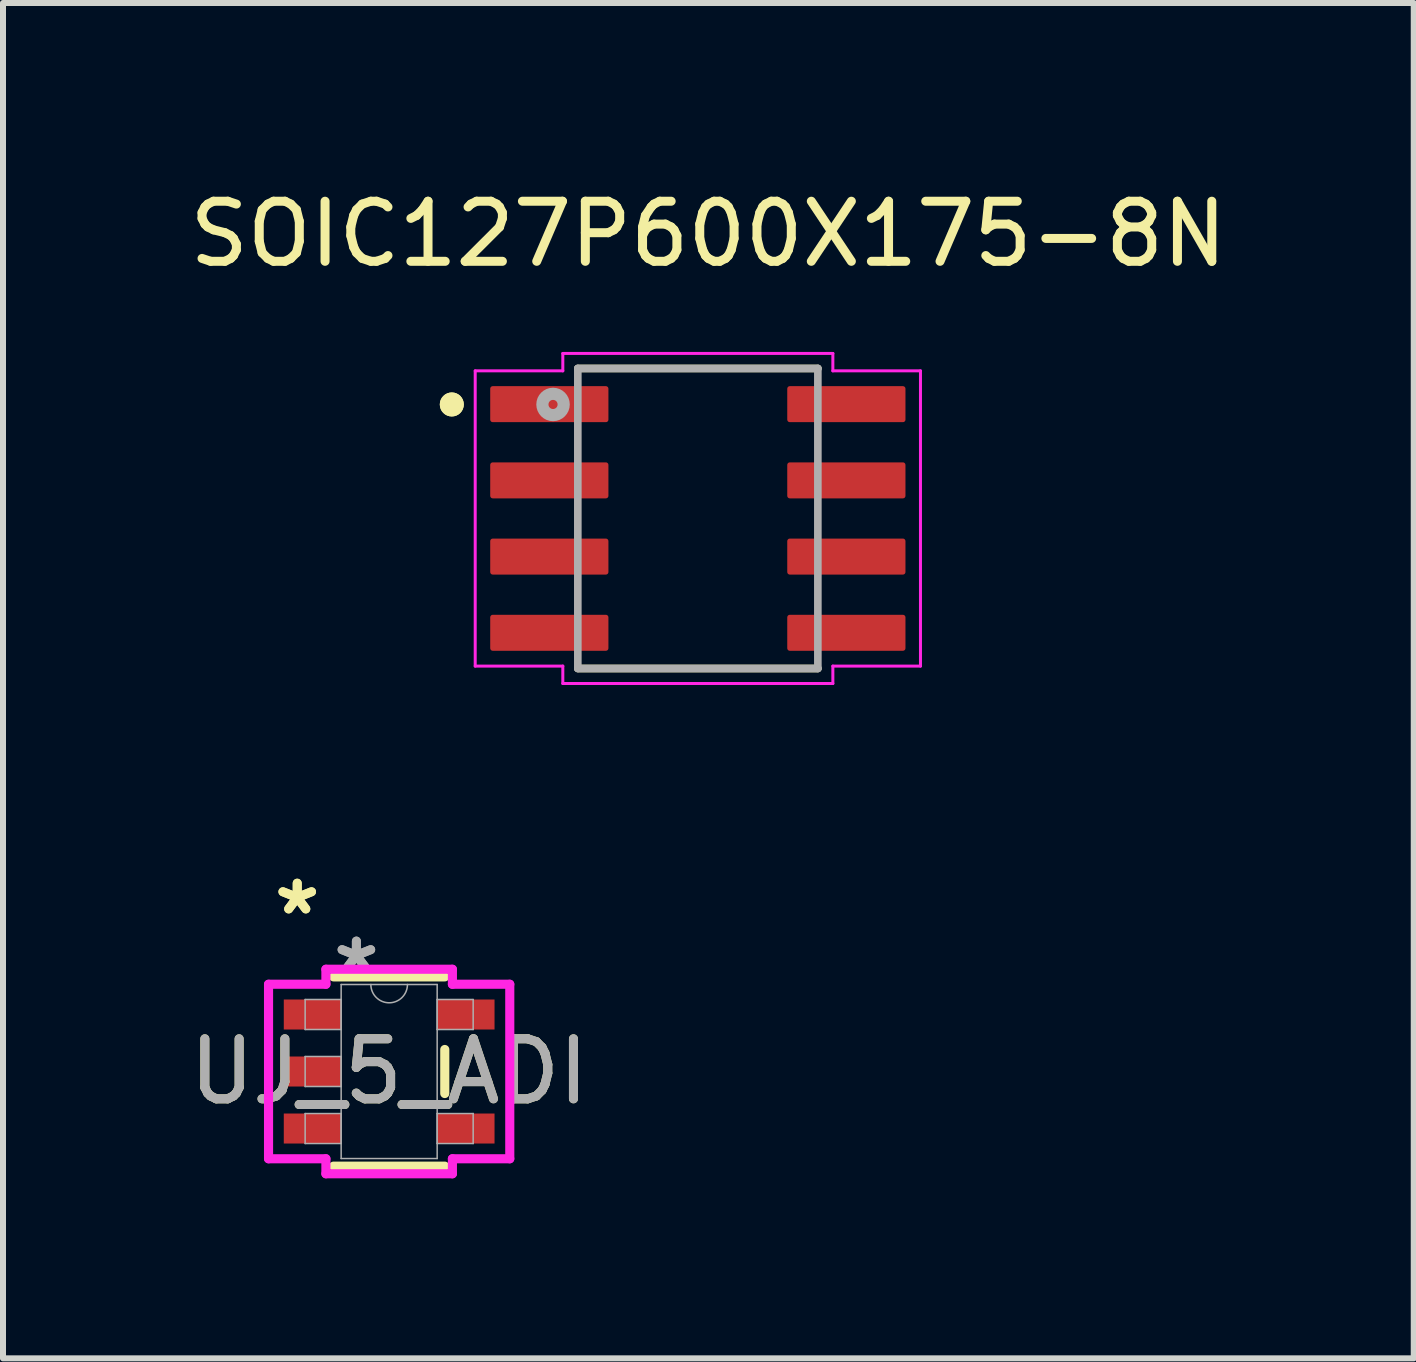
<source format=kicad_pcb>
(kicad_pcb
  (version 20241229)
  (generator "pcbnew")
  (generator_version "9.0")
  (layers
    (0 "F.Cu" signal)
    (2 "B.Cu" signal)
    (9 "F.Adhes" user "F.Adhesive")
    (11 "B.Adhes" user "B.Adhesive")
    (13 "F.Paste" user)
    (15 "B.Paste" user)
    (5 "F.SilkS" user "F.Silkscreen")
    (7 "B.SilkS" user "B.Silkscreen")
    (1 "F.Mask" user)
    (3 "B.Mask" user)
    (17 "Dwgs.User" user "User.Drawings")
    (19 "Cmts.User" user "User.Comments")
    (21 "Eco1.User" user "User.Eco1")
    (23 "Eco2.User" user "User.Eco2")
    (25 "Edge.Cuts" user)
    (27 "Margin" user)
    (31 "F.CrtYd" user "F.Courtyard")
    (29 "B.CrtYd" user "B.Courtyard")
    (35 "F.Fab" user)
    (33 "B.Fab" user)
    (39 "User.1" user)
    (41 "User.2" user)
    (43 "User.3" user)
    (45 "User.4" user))
  (footprint "SOIC127P600X175-8N"
    (layer "F.Cu")
    (at 8.579 5.59)
    (property "Reference" "SOIC127P600X175-8N" (at 0.175 -4.741 0) (layer "F.SilkS") (effects (font (size 1.001 1.001) (thickness 0.15))))
    (attr smd)
    (fp_line (start -2 2.5) (end 2 2.5) (stroke (width 0.127) (type solid)) (layer "F.SilkS"))
    (fp_line (start 2 -2.5) (end -2 -2.5) (stroke (width 0.127) (type solid)) (layer "F.SilkS"))
    (fp_circle (center -4.1 -1.9) (end -4 -1.9) (stroke (width 0.2) (type solid)) (fill no) (layer "F.SilkS"))
    (fp_circle (center -4.1 -1.9) (end -4 -1.9) (stroke (width 0.2) (type solid)) (fill no) (layer "F.SilkS"))
    (fp_line (start -3.71 -2.46) (end -2.25 -2.46) (stroke (width 0.05) (type solid)) (layer "F.CrtYd"))
    (fp_line (start -3.71 2.46) (end -3.71 -2.46) (stroke (width 0.05) (type solid)) (layer "F.CrtYd"))
    (fp_line (start -2.25 -2.75) (end 2.25 -2.75) (stroke (width 0.05) (type solid)) (layer "F.CrtYd"))
    (fp_line (start -2.25 -2.46) (end -2.25 -2.75) (stroke (width 0.05) (type solid)) (layer "F.CrtYd"))
    (fp_line (start -2.25 2.46) (end -3.71 2.46) (stroke (width 0.05) (type solid)) (layer "F.CrtYd"))
    (fp_line (start -2.25 2.75) (end -2.25 2.46) (stroke (width 0.05) (type solid)) (layer "F.CrtYd"))
    (fp_line (start 2.25 -2.75) (end 2.25 -2.46) (stroke (width 0.05) (type solid)) (layer "F.CrtYd"))
    (fp_line (start 2.25 -2.46) (end 3.71 -2.46) (stroke (width 0.05) (type solid)) (layer "F.CrtYd"))
    (fp_line (start 2.25 2.46) (end 2.25 2.75) (stroke (width 0.05) (type solid)) (layer "F.CrtYd"))
    (fp_line (start 2.25 2.75) (end -2.25 2.75) (stroke (width 0.05) (type solid)) (layer "F.CrtYd"))
    (fp_line (start 3.71 -2.46) (end 3.71 2.46) (stroke (width 0.05) (type solid)) (layer "F.CrtYd"))
    (fp_line (start 3.71 2.46) (end 2.25 2.46) (stroke (width 0.05) (type solid)) (layer "F.CrtYd"))
    (fp_line (start -2 -2.5) (end 2 -2.5) (stroke (width 0.127) (type solid)) (layer "F.Fab"))
    (fp_line (start -2 2.5) (end -2 -2.5) (stroke (width 0.127) (type solid)) (layer "F.Fab"))
    (fp_line (start 2 -2.5) (end 2 2.5) (stroke (width 0.127) (type solid)) (layer "F.Fab"))
    (fp_line (start 2 2.5) (end -2 2.5) (stroke (width 0.127) (type solid)) (layer "F.Fab"))
    (fp_circle (center -2.413 -1.9) (end -2.337 -1.9) (stroke (width 0.203) (type solid)) (fill no) (layer "F.Fab"))
    (pad "1" smd roundrect (at -2.475 -1.905) (size 1.97 0.6) (layers "F.Cu" "F.Mask" "F.Paste") (roundrect_rratio 0.07))
    (pad "2" smd roundrect (at -2.475 -0.635) (size 1.97 0.6) (layers "F.Cu" "F.Mask" "F.Paste") (roundrect_rratio 0.07))
    (pad "3" smd roundrect (at -2.475 0.635) (size 1.97 0.6) (layers "F.Cu" "F.Mask" "F.Paste") (roundrect_rratio 0.07))
    (pad "4" smd roundrect (at -2.475 1.905) (size 1.97 0.6) (layers "F.Cu" "F.Mask" "F.Paste") (roundrect_rratio 0.07))
    (pad "5" smd roundrect (at 2.475 1.905) (size 1.97 0.6) (layers "F.Cu" "F.Mask" "F.Paste") (roundrect_rratio 0.07))
    (pad "6" smd roundrect (at 2.475 0.635) (size 1.97 0.6) (layers "F.Cu" "F.Mask" "F.Paste") (roundrect_rratio 0.07))
    (pad "7" smd roundrect (at 2.475 -0.635) (size 1.97 0.6) (layers "F.Cu" "F.Mask" "F.Paste") (roundrect_rratio 0.07))
    (pad "8" smd roundrect (at 2.475 -1.905) (size 1.97 0.6) (layers "F.Cu" "F.Mask" "F.Paste") (roundrect_rratio 0.07)))
  (footprint "UJ_5_ADI"
    (layer "F.Cu")
    (at 3.435 14.806)
    (property "Reference" "UJ_5_ADI" (at 0 0 0) (unlocked yes) (layer "F.SilkS") (effects (font (size 1 1) (thickness 0.15))))
    (attr smd)
    (fp_line (start -0.927 1.577) (end 0.927 1.577) (stroke (width 0.152) (type solid)) (layer "F.SilkS"))
    (fp_line (start 0.927 -1.577) (end -0.927 -1.577) (stroke (width 0.152) (type solid)) (layer "F.SilkS"))
    (fp_line (start 0.927 0.367) (end 0.927 -0.367) (stroke (width 0.152) (type solid)) (layer "F.SilkS"))
    (fp_line (start -2.01 -1.454) (end -1.054 -1.454) (stroke (width 0.152) (type solid)) (layer "F.CrtYd"))
    (fp_line (start -2.01 1.454) (end -2.01 -1.454) (stroke (width 0.152) (type solid)) (layer "F.CrtYd"))
    (fp_line (start -1.054 -1.704) (end 1.054 -1.704) (stroke (width 0.152) (type solid)) (layer "F.CrtYd"))
    (fp_line (start -1.054 -1.454) (end -1.054 -1.704) (stroke (width 0.152) (type solid)) (layer "F.CrtYd"))
    (fp_line (start -1.054 1.454) (end -2.01 1.454) (stroke (width 0.152) (type solid)) (layer "F.CrtYd"))
    (fp_line (start -1.054 1.704) (end -1.054 1.454) (stroke (width 0.152) (type solid)) (layer "F.CrtYd"))
    (fp_line (start 1.054 -1.704) (end 1.054 -1.454) (stroke (width 0.152) (type solid)) (layer "F.CrtYd"))
    (fp_line (start 1.054 -1.454) (end 2.01 -1.454) (stroke (width 0.152) (type solid)) (layer "F.CrtYd"))
    (fp_line (start 1.054 1.454) (end 1.054 1.704) (stroke (width 0.152) (type solid)) (layer "F.CrtYd"))
    (fp_line (start 1.054 1.704) (end -1.054 1.704) (stroke (width 0.152) (type solid)) (layer "F.CrtYd"))
    (fp_line (start 2.01 -1.454) (end 2.01 1.454) (stroke (width 0.152) (type solid)) (layer "F.CrtYd"))
    (fp_line (start 2.01 1.454) (end 1.054 1.454) (stroke (width 0.152) (type solid)) (layer "F.CrtYd"))
    (fp_line (start -1.4 -1.2) (end -1.4 -0.7) (stroke (width 0.025) (type solid)) (layer "F.Fab"))
    (fp_line (start -1.4 -0.7) (end -0.8 -0.7) (stroke (width 0.025) (type solid)) (layer "F.Fab"))
    (fp_line (start -1.4 -0.25) (end -1.4 0.25) (stroke (width 0.025) (type solid)) (layer "F.Fab"))
    (fp_line (start -1.4 0.25) (end -0.8 0.25) (stroke (width 0.025) (type solid)) (layer "F.Fab"))
    (fp_line (start -1.4 0.7) (end -1.4 1.2) (stroke (width 0.025) (type solid)) (layer "F.Fab"))
    (fp_line (start -1.4 1.2) (end -0.8 1.2) (stroke (width 0.025) (type solid)) (layer "F.Fab"))
    (fp_line (start -0.8 -1.45) (end -0.8 1.45) (stroke (width 0.025) (type solid)) (layer "F.Fab"))
    (fp_line (start -0.8 -1.2) (end -1.4 -1.2) (stroke (width 0.025) (type solid)) (layer "F.Fab"))
    (fp_line (start -0.8 -0.7) (end -0.8 -1.2) (stroke (width 0.025) (type solid)) (layer "F.Fab"))
    (fp_line (start -0.8 -0.25) (end -1.4 -0.25) (stroke (width 0.025) (type solid)) (layer "F.Fab"))
    (fp_line (start -0.8 0.25) (end -0.8 -0.25) (stroke (width 0.025) (type solid)) (layer "F.Fab"))
    (fp_line (start -0.8 0.7) (end -1.4 0.7) (stroke (width 0.025) (type solid)) (layer "F.Fab"))
    (fp_line (start -0.8 1.2) (end -0.8 0.7) (stroke (width 0.025) (type solid)) (layer "F.Fab"))
    (fp_line (start -0.8 1.45) (end 0.8 1.45) (stroke (width 0.025) (type solid)) (layer "F.Fab"))
    (fp_line (start 0.8 -1.45) (end -0.8 -1.45) (stroke (width 0.025) (type solid)) (layer "F.Fab"))
    (fp_line (start 0.8 -1.2) (end 0.8 -0.7) (stroke (width 0.025) (type solid)) (layer "F.Fab"))
    (fp_line (start 0.8 -0.7) (end 1.4 -0.7) (stroke (width 0.025) (type solid)) (layer "F.Fab"))
    (fp_line (start 0.8 0.7) (end 0.8 1.2) (stroke (width 0.025) (type solid)) (layer "F.Fab"))
    (fp_line (start 0.8 1.2) (end 1.4 1.2) (stroke (width 0.025) (type solid)) (layer "F.Fab"))
    (fp_line (start 0.8 1.45) (end 0.8 -1.45) (stroke (width 0.025) (type solid)) (layer "F.Fab"))
    (fp_line (start 1.4 -1.2) (end 0.8 -1.2) (stroke (width 0.025) (type solid)) (layer "F.Fab"))
    (fp_line (start 1.4 -0.7) (end 1.4 -1.2) (stroke (width 0.025) (type solid)) (layer "F.Fab"))
    (fp_line (start 1.4 0.7) (end 0.8 0.7) (stroke (width 0.025) (type solid)) (layer "F.Fab"))
    (fp_line (start 1.4 1.2) (end 1.4 0.7) (stroke (width 0.025) (type solid)) (layer "F.Fab"))
    (fp_arc (start 0.3048 -1.45) (mid 0 -1.1452) (end -0.3048 -1.45) (stroke (width 0.0254) (type solid)) (layer "F.Fab"))
    (fp_text user "*" (at -1.532 -2.593 0) (layer "F.SilkS") (effects (font (size 1 1) (thickness 0.15))))
    (fp_text user "*" (at -1.532 -2.593 0) (unlocked yes) (layer "F.SilkS") (effects (font (size 1 1) (thickness 0.15))))
    (fp_text user "${REFERENCE}" (at 0 0 0) (unlocked yes) (layer "F.Fab") (effects (font (size 1 1) (thickness 0.15))))
    (fp_text user "*" (at -0.546 -1.628 0) (unlocked yes) (layer "F.Fab") (effects (font (size 1 1) (thickness 0.15))))
    (fp_text user "*" (at -0.546 -1.628 0) (layer "F.Fab") (effects (font (size 1 1) (thickness 0.15))))
    (pad "1" smd rect (at -1.278 -0.95) (size 0.956 0.5) (layers "F.Cu" "F.Mask" "F.Paste"))
    (pad "2" smd rect (at -1.278 0) (size 0.956 0.5) (layers "F.Cu" "F.Mask" "F.Paste"))
    (pad "3" smd rect (at -1.278 0.95) (size 0.956 0.5) (layers "F.Cu" "F.Mask" "F.Paste"))
    (pad "4" smd rect (at 1.278 0.95) (size 0.956 0.5) (layers "F.Cu" "F.Mask" "F.Paste"))
    (pad "5" smd rect (at 1.278 -0.95) (size 0.956 0.5) (layers "F.Cu" "F.Mask" "F.Paste")))
  (gr_rect
    (start -3 -3)
    (end 20.509 19.586)
    (stroke (width 0.1) (type default))
    (fill no)
    (layer "Edge.Cuts")))
</source>
